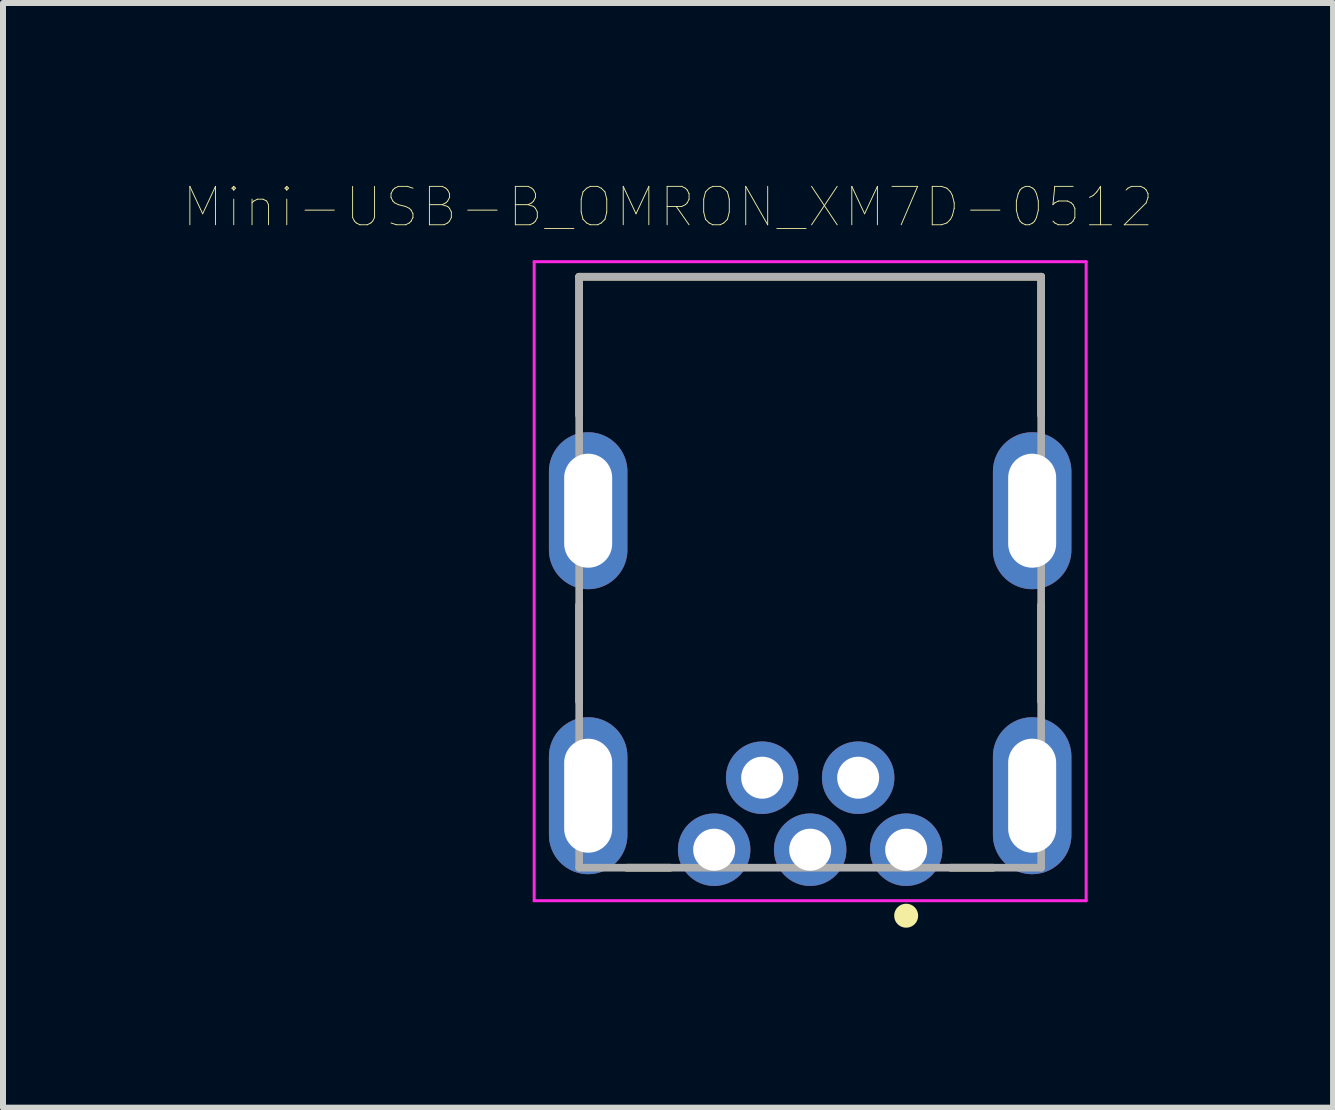
<source format=kicad_pcb>
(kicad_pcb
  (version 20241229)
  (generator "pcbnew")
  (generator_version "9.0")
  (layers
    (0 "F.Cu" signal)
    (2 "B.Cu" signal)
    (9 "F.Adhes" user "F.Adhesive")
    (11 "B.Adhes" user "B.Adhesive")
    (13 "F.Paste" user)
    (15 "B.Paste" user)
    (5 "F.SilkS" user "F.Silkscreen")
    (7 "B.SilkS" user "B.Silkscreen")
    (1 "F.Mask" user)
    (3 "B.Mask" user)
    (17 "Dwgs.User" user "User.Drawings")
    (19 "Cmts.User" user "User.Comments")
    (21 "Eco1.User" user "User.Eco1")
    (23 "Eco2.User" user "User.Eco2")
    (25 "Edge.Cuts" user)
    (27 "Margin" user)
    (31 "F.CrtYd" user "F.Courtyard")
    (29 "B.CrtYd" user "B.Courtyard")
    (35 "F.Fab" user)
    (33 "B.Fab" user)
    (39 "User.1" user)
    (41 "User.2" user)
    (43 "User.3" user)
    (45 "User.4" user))
  (footprint "Mini-USB-B_OMRON_XM7D-0512"
    (layer "F.Cu")
    (at 10.453 10.212)
    (property "Reference" "Mini-USB-B_OMRON_XM7D-0512" (at -2.369 -9.811 0) (layer "F.SilkS") (effects (font (size 0.64 0.64) (thickness 0.015))))
    (attr through_hole)
    (fp_line (start -3.85 -8.65) (end -3.85 -6.34) (stroke (width 0.127) (type solid)) (layer "F.SilkS"))
    (fp_line (start -3.85 -8.65) (end 3.85 -8.65) (stroke (width 0.127) (type solid)) (layer "F.SilkS"))
    (fp_line (start -3.85 -3.18) (end -3.85 -1.57) (stroke (width 0.127) (type solid)) (layer "F.SilkS"))
    (fp_line (start -3.06 1.2) (end -2.33 1.2) (stroke (width 0.127) (type solid)) (layer "F.SilkS"))
    (fp_line (start 2.34 1.2) (end 3.05 1.2) (stroke (width 0.127) (type solid)) (layer "F.SilkS"))
    (fp_line (start 3.85 -8.65) (end 3.85 -6.34) (stroke (width 0.127) (type solid)) (layer "F.SilkS"))
    (fp_line (start 3.85 -3.18) (end 3.85 -1.57) (stroke (width 0.127) (type solid)) (layer "F.SilkS"))
    (fp_circle (center 1.6 2) (end 1.7 2) (stroke (width 0.2) (type solid)) (fill no) (layer "F.SilkS"))
    (fp_line (start -4.6 -8.9) (end 4.6 -8.9) (stroke (width 0.05) (type solid)) (layer "F.CrtYd"))
    (fp_line (start -4.6 1.75) (end -4.6 -8.9) (stroke (width 0.05) (type solid)) (layer "F.CrtYd"))
    (fp_line (start 4.6 -8.9) (end 4.6 1.75) (stroke (width 0.05) (type solid)) (layer "F.CrtYd"))
    (fp_line (start 4.6 1.75) (end -4.6 1.75) (stroke (width 0.05) (type solid)) (layer "F.CrtYd"))
    (fp_line (start -3.85 -8.65) (end 3.85 -8.65) (stroke (width 0.127) (type solid)) (layer "F.Fab"))
    (fp_line (start -3.85 1.2) (end -3.85 -8.65) (stroke (width 0.127) (type solid)) (layer "F.Fab"))
    (fp_line (start 3.85 -8.65) (end 3.85 1.2) (stroke (width 0.127) (type solid)) (layer "F.Fab"))
    (fp_line (start 3.85 1.2) (end -3.85 1.2) (stroke (width 0.127) (type solid)) (layer "F.Fab"))
    (pad "1" thru_hole circle (at 1.6 0.9) (size 1.208 1.208) (drill 0.7) (layers "*.Cu" "*.Mask"))
    (pad "2" thru_hole circle (at 0.8 -0.3) (size 1.208 1.208) (drill 0.7) (layers "*.Cu" "*.Mask"))
    (pad "3" thru_hole circle (at 0 0.9) (size 1.208 1.208) (drill 0.7) (layers "*.Cu" "*.Mask"))
    (pad "4" thru_hole circle (at -0.8 -0.3) (size 1.208 1.208) (drill 0.7) (layers "*.Cu" "*.Mask"))
    (pad "5" thru_hole circle (at -1.6 0.9) (size 1.208 1.208) (drill 0.7) (layers "*.Cu" "*.Mask"))
    (pad "6" thru_hole oval (at -3.7 -4.75) (size 1.308 2.616) (drill oval 0.8 1.9) (layers "*.Cu" "*.Mask"))
    (pad "6" thru_hole oval (at -3.7 0) (size 1.308 2.616) (drill oval 0.8 1.9) (layers "*.Cu" "*.Mask"))
    (pad "6" thru_hole oval (at 3.7 -4.75) (size 1.308 2.616) (drill oval 0.8 1.9) (layers "*.Cu" "*.Mask"))
    (pad "6" thru_hole oval (at 3.7 0) (size 1.308 2.616) (drill oval 0.8 1.9) (layers "*.Cu" "*.Mask")))
  (gr_rect
    (start -3 -3)
    (end 19.168 15.412)
    (stroke (width 0.1) (type default))
    (fill no)
    (layer "Edge.Cuts")))
</source>
